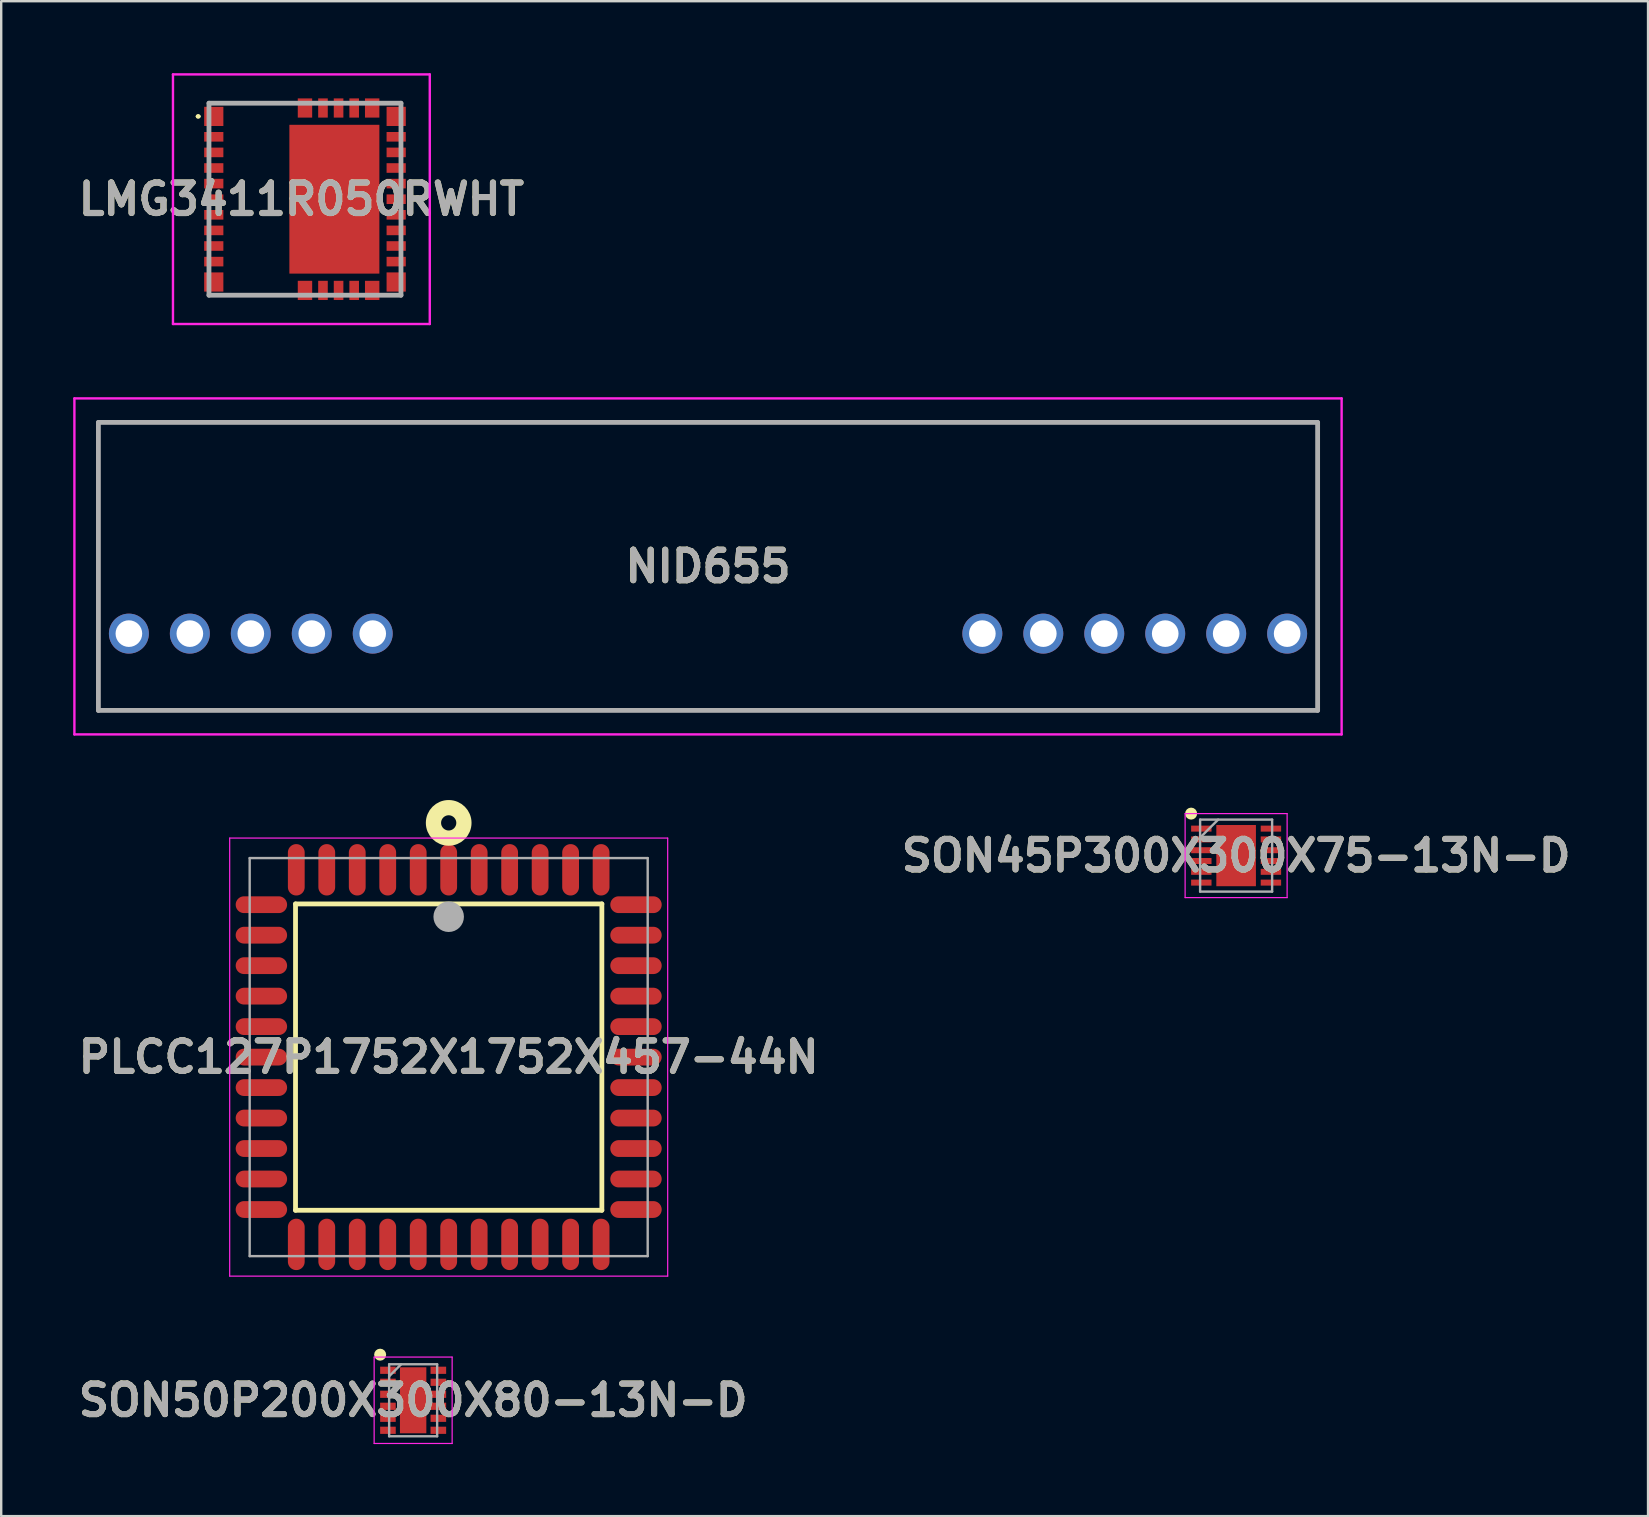
<source format=kicad_pcb>
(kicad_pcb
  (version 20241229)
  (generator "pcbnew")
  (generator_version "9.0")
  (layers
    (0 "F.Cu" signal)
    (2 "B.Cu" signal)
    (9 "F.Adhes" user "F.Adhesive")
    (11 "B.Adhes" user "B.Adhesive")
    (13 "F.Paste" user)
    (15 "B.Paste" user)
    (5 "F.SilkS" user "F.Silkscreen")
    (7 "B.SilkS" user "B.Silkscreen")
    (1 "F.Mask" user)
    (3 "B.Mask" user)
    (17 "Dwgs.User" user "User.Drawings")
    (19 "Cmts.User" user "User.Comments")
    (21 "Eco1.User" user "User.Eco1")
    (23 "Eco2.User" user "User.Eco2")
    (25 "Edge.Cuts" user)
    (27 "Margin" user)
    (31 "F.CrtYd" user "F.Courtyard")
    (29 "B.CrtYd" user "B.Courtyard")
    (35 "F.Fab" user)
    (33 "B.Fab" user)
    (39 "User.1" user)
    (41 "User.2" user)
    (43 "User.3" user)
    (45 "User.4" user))
  (footprint "SON50P200X300X80-13N-D"
    (layer "F.Cu")
    (at 14.164 55.294)
    (property "Reference" "SON50P200X300X80-13N-D" (at 0 0 0) (layer "F.SilkS") (effects (font (size 1.27 1.27) (thickness 0.254))))
    (attr smd)
    (fp_circle (center -1.375 -1.9) (end -1.375 -1.775) (stroke (width 0.25) (type solid)) (fill no) (layer "F.SilkS"))
    (fp_line (start -1.625 -1.8) (end 1.625 -1.8) (stroke (width 0.05) (type solid)) (layer "F.CrtYd"))
    (fp_line (start -1.625 1.8) (end -1.625 -1.8) (stroke (width 0.05) (type solid)) (layer "F.CrtYd"))
    (fp_line (start 1.625 -1.8) (end 1.625 1.8) (stroke (width 0.05) (type solid)) (layer "F.CrtYd"))
    (fp_line (start 1.625 1.8) (end -1.625 1.8) (stroke (width 0.05) (type solid)) (layer "F.CrtYd"))
    (fp_line (start -1 -1.5) (end 1 -1.5) (stroke (width 0.1) (type solid)) (layer "F.Fab"))
    (fp_line (start -1 -1) (end -0.5 -1.5) (stroke (width 0.1) (type solid)) (layer "F.Fab"))
    (fp_line (start -1 1.5) (end -1 -1.5) (stroke (width 0.1) (type solid)) (layer "F.Fab"))
    (fp_line (start 1 -1.5) (end 1 1.5) (stroke (width 0.1) (type solid)) (layer "F.Fab"))
    (fp_line (start 1 1.5) (end -1 1.5) (stroke (width 0.1) (type solid)) (layer "F.Fab"))
    (fp_text user "${REFERENCE}" (at 0 0 0) (layer "F.Fab") (effects (font (size 1.27 1.27) (thickness 0.254))))
    (pad "1" smd rect (at -1.05 -1.25 90) (size 0.3 0.65) (layers "F.Cu" "F.Mask" "F.Paste"))
    (pad "2" smd rect (at -1.05 -0.75 90) (size 0.3 0.65) (layers "F.Cu" "F.Mask" "F.Paste"))
    (pad "3" smd rect (at -1.05 -0.25 90) (size 0.3 0.65) (layers "F.Cu" "F.Mask" "F.Paste"))
    (pad "4" smd rect (at -1.05 0.25 90) (size 0.3 0.65) (layers "F.Cu" "F.Mask" "F.Paste"))
    (pad "5" smd rect (at -1.05 0.75 90) (size 0.3 0.65) (layers "F.Cu" "F.Mask" "F.Paste"))
    (pad "6" smd rect (at -1.05 1.25 90) (size 0.3 0.65) (layers "F.Cu" "F.Mask" "F.Paste"))
    (pad "7" smd rect (at 1.05 1.25 90) (size 0.3 0.65) (layers "F.Cu" "F.Mask" "F.Paste"))
    (pad "8" smd rect (at 1.05 0.75 90) (size 0.3 0.65) (layers "F.Cu" "F.Mask" "F.Paste"))
    (pad "9" smd rect (at 1.05 0.25 90) (size 0.3 0.65) (layers "F.Cu" "F.Mask" "F.Paste"))
    (pad "10" smd rect (at 1.05 -0.25 90) (size 0.3 0.65) (layers "F.Cu" "F.Mask" "F.Paste"))
    (pad "11" smd rect (at 1.05 -0.75 90) (size 0.3 0.65) (layers "F.Cu" "F.Mask" "F.Paste"))
    (pad "12" smd rect (at 1.05 -1.25 90) (size 0.3 0.65) (layers "F.Cu" "F.Mask" "F.Paste"))
    (pad "13" smd rect (at 0 0) (size 1.1 2.75) (layers "F.Cu" "F.Mask" "F.Paste")))
  (footprint "NID655"
    (layer "F.Cu")
    (at 2.32 23.35)
    (property "Reference" "NID655" (at 24.13 -2.8 0) (layer "F.SilkS") (effects (font (size 1.27 1.27) (thickness 0.254))))
    (attr through_hole)
    (fp_line (start -1.27 -8.8) (end 49.53 -8.8) (stroke (width 0.1) (type solid)) (layer "F.SilkS"))
    (fp_line (start -1.27 3.2) (end -1.27 -8.8) (stroke (width 0.1) (type solid)) (layer "F.SilkS"))
    (fp_line (start 49.53 -8.8) (end 49.53 3.2) (stroke (width 0.1) (type solid)) (layer "F.SilkS"))
    (fp_line (start 49.53 3.2) (end -1.27 3.2) (stroke (width 0.1) (type solid)) (layer "F.SilkS"))
    (fp_line (start -2.27 -9.8) (end 50.53 -9.8) (stroke (width 0.1) (type solid)) (layer "F.CrtYd"))
    (fp_line (start -2.27 4.2) (end -2.27 -9.8) (stroke (width 0.1) (type solid)) (layer "F.CrtYd"))
    (fp_line (start 50.53 -9.8) (end 50.53 4.2) (stroke (width 0.1) (type solid)) (layer "F.CrtYd"))
    (fp_line (start 50.53 4.2) (end -2.27 4.2) (stroke (width 0.1) (type solid)) (layer "F.CrtYd"))
    (fp_line (start -1.27 -8.8) (end 49.53 -8.8) (stroke (width 0.2) (type solid)) (layer "F.Fab"))
    (fp_line (start -1.27 3.2) (end -1.27 -8.8) (stroke (width 0.2) (type solid)) (layer "F.Fab"))
    (fp_line (start 49.53 -8.8) (end 49.53 3.2) (stroke (width 0.2) (type solid)) (layer "F.Fab"))
    (fp_line (start 49.53 3.2) (end -1.27 3.2) (stroke (width 0.2) (type solid)) (layer "F.Fab"))
    (fp_text user "${REFERENCE}" (at 24.13 -2.8 0) (layer "F.Fab") (effects (font (size 1.27 1.27) (thickness 0.254))))
    (pad "1" thru_hole circle (at 0 0) (size 1.665 1.665) (drill 1.11) (layers "*.Cu" "*.Mask"))
    (pad "2" thru_hole circle (at 2.54 0) (size 1.665 1.665) (drill 1.11) (layers "*.Cu" "*.Mask"))
    (pad "3" thru_hole circle (at 5.08 0) (size 1.665 1.665) (drill 1.11) (layers "*.Cu" "*.Mask"))
    (pad "4" thru_hole circle (at 7.62 0) (size 1.665 1.665) (drill 1.11) (layers "*.Cu" "*.Mask"))
    (pad "5" thru_hole circle (at 10.16 0) (size 1.665 1.665) (drill 1.11) (layers "*.Cu" "*.Mask"))
    (pad "6" thru_hole circle (at 35.56 0) (size 1.665 1.665) (drill 1.11) (layers "*.Cu" "*.Mask"))
    (pad "7" thru_hole circle (at 38.1 0) (size 1.665 1.665) (drill 1.11) (layers "*.Cu" "*.Mask"))
    (pad "8" thru_hole circle (at 40.64 0) (size 1.665 1.665) (drill 1.11) (layers "*.Cu" "*.Mask"))
    (pad "9" thru_hole circle (at 43.18 0) (size 1.665 1.665) (drill 1.11) (layers "*.Cu" "*.Mask"))
    (pad "10" thru_hole circle (at 45.72 0) (size 1.665 1.665) (drill 1.11) (layers "*.Cu" "*.Mask"))
    (pad "11" thru_hole circle (at 48.26 0) (size 1.665 1.665) (drill 1.11) (layers "*.Cu" "*.Mask")))
  (footprint "LMG3411R050RWHT"
    (layer "F.Cu")
    (at 9.657 5.25)
    (property "Reference" "LMG3411R050RWHT" (at -0.15 0 0) (layer "F.SilkS") (effects (font (size 1.27 1.27) (thickness 0.254))))
    (attr smd)
    (fp_line (start -4.5 -3.45) (end -4.5 -3.45) (stroke (width 0.1) (type solid)) (layer "F.SilkS"))
    (fp_line (start -4.4 -3.45) (end -4.4 -3.45) (stroke (width 0.1) (type solid)) (layer "F.SilkS"))
    (fp_line (start -0.6 -4) (end -3.2 -4) (stroke (width 0.1) (type solid)) (layer "F.SilkS"))
    (fp_line (start -0.6 4) (end -3 4) (stroke (width 0.1) (type solid)) (layer "F.SilkS"))
    (fp_arc (start -4.5 -3.45) (mid -4.45 -3.5) (end -4.4 -3.45) (stroke (width 0.1) (type solid)) (layer "F.SilkS"))
    (fp_arc (start -4.4 -3.45) (mid -4.45 -3.4) (end -4.5 -3.45) (stroke (width 0.1) (type solid)) (layer "F.SilkS"))
    (fp_line (start -5.5 -5.2) (end 5.2 -5.2) (stroke (width 0.1) (type solid)) (layer "F.CrtYd"))
    (fp_line (start -5.5 5.2) (end -5.5 -5.2) (stroke (width 0.1) (type solid)) (layer "F.CrtYd"))
    (fp_line (start 5.2 -5.2) (end 5.2 5.2) (stroke (width 0.1) (type solid)) (layer "F.CrtYd"))
    (fp_line (start 5.2 5.2) (end -5.5 5.2) (stroke (width 0.1) (type solid)) (layer "F.CrtYd"))
    (fp_line (start -4 -4) (end 4 -4) (stroke (width 0.2) (type solid)) (layer "F.Fab"))
    (fp_line (start -4 4) (end -4 -4) (stroke (width 0.2) (type solid)) (layer "F.Fab"))
    (fp_line (start 4 -4) (end 4 4) (stroke (width 0.2) (type solid)) (layer "F.Fab"))
    (fp_line (start 4 4) (end -4 4) (stroke (width 0.2) (type solid)) (layer "F.Fab"))
    (fp_text user "${REFERENCE}" (at -0.15 0 0) (layer "F.Fab") (effects (font (size 1.27 1.27) (thickness 0.254))))
    (pad "1" smd rect (at -3.8 -3.45 90) (size 0.8 0.8) (layers "F.Cu" "F.Mask" "F.Paste"))
    (pad "2" smd rect (at -3.8 -2.6 90) (size 0.4 0.8) (layers "F.Cu" "F.Mask" "F.Paste"))
    (pad "3" smd rect (at -3.8 -1.95 90) (size 0.4 0.8) (layers "F.Cu" "F.Mask" "F.Paste"))
    (pad "4" smd rect (at -3.8 -1.3 90) (size 0.4 0.8) (layers "F.Cu" "F.Mask" "F.Paste"))
    (pad "5" smd rect (at -3.8 -0.65 90) (size 0.4 0.8) (layers "F.Cu" "F.Mask" "F.Paste"))
    (pad "6" smd rect (at -3.8 0 90) (size 0.4 0.8) (layers "F.Cu" "F.Mask" "F.Paste"))
    (pad "7" smd rect (at -3.8 0.65 90) (size 0.4 0.8) (layers "F.Cu" "F.Mask" "F.Paste"))
    (pad "8" smd rect (at -3.8 1.3 90) (size 0.4 0.8) (layers "F.Cu" "F.Mask" "F.Paste"))
    (pad "9" smd rect (at -3.8 1.95 90) (size 0.4 0.8) (layers "F.Cu" "F.Mask" "F.Paste"))
    (pad "10" smd rect (at -3.8 2.6 90) (size 0.4 0.8) (layers "F.Cu" "F.Mask" "F.Paste"))
    (pad "11" smd rect (at -3.8 3.45 90) (size 0.8 0.8) (layers "F.Cu" "F.Mask" "F.Paste"))
    (pad "12" smd rect (at 0 3.8) (size 0.6 0.8) (layers "F.Cu" "F.Mask" "F.Paste"))
    (pad "13" smd rect (at 0.75 3.8) (size 0.4 0.8) (layers "F.Cu" "F.Mask" "F.Paste"))
    (pad "14" smd rect (at 1.4 3.8) (size 0.4 0.8) (layers "F.Cu" "F.Mask" "F.Paste"))
    (pad "15" smd rect (at 2.05 3.8) (size 0.4 0.8) (layers "F.Cu" "F.Mask" "F.Paste"))
    (pad "16" smd rect (at 2.8 3.8) (size 0.6 0.8) (layers "F.Cu" "F.Mask" "F.Paste"))
    (pad "17" smd rect (at 3.8 3.45 90) (size 0.8 0.8) (layers "F.Cu" "F.Mask" "F.Paste"))
    (pad "18" smd rect (at 3.8 2.6 90) (size 0.4 0.8) (layers "F.Cu" "F.Mask" "F.Paste"))
    (pad "19" smd rect (at 3.8 1.95 90) (size 0.4 0.8) (layers "F.Cu" "F.Mask" "F.Paste"))
    (pad "20" smd rect (at 3.8 1.3 90) (size 0.4 0.8) (layers "F.Cu" "F.Mask" "F.Paste"))
    (pad "21" smd rect (at 3.8 0.65 90) (size 0.4 0.8) (layers "F.Cu" "F.Mask" "F.Paste"))
    (pad "22" smd rect (at 3.8 0 90) (size 0.4 0.8) (layers "F.Cu" "F.Mask" "F.Paste"))
    (pad "23" smd rect (at 3.8 -0.65 90) (size 0.4 0.8) (layers "F.Cu" "F.Mask" "F.Paste"))
    (pad "24" smd rect (at 3.8 -1.3 90) (size 0.4 0.8) (layers "F.Cu" "F.Mask" "F.Paste"))
    (pad "25" smd rect (at 3.8 -1.95 90) (size 0.4 0.8) (layers "F.Cu" "F.Mask" "F.Paste"))
    (pad "26" smd rect (at 3.8 -2.6 90) (size 0.4 0.8) (layers "F.Cu" "F.Mask" "F.Paste"))
    (pad "27" smd rect (at 3.8 -3.45 90) (size 0.8 0.8) (layers "F.Cu" "F.Mask" "F.Paste"))
    (pad "28" smd rect (at 2.8 -3.8) (size 0.6 0.8) (layers "F.Cu" "F.Mask" "F.Paste"))
    (pad "29" smd rect (at 2.05 -3.8) (size 0.4 0.8) (layers "F.Cu" "F.Mask" "F.Paste"))
    (pad "30" smd rect (at 1.4 -3.8) (size 0.4 0.8) (layers "F.Cu" "F.Mask" "F.Paste"))
    (pad "31" smd rect (at 0.75 -3.8) (size 0.4 0.8) (layers "F.Cu" "F.Mask" "F.Paste"))
    (pad "32" smd rect (at 0 -3.8) (size 0.6 0.8) (layers "F.Cu" "F.Mask" "F.Paste"))
    (pad "33" smd rect (at 1.225 0) (size 3.75 6.2) (layers "F.Cu" "F.Mask" "F.Paste")))
  (footprint "PLCC127P1752X1752X457-44N"
    (layer "F.Cu")
    (at 15.645 40.995)
    (property "Reference" "PLCC127P1752X1752X457-44N" (at 0 0 0) (layer "F.SilkS") (effects (font (size 1.27 1.27) (thickness 0.254))))
    (attr smd)
    (fp_line (start -6.382 -6.382) (end 6.382 -6.382) (stroke (width 0.2) (type solid)) (layer "F.SilkS"))
    (fp_line (start -6.382 6.382) (end -6.382 -6.382) (stroke (width 0.2) (type solid)) (layer "F.SilkS"))
    (fp_line (start 6.382 -6.382) (end 6.382 6.382) (stroke (width 0.2) (type solid)) (layer "F.SilkS"))
    (fp_line (start 6.382 6.382) (end -6.382 6.382) (stroke (width 0.2) (type solid)) (layer "F.SilkS"))
    (fp_circle (center 0 -9.759) (end 0 -9.442) (stroke (width 0.635) (type solid)) (fill no) (layer "F.SilkS"))
    (fp_line (start -9.125 -9.125) (end 9.125 -9.125) (stroke (width 0.05) (type solid)) (layer "F.CrtYd"))
    (fp_line (start -9.125 9.125) (end -9.125 -9.125) (stroke (width 0.05) (type solid)) (layer "F.CrtYd"))
    (fp_line (start 9.125 -9.125) (end 9.125 9.125) (stroke (width 0.05) (type solid)) (layer "F.CrtYd"))
    (fp_line (start 9.125 9.125) (end -9.125 9.125) (stroke (width 0.05) (type solid)) (layer "F.CrtYd"))
    (fp_line (start -8.292 -8.292) (end 8.292 -8.292) (stroke (width 0.1) (type solid)) (layer "F.Fab"))
    (fp_line (start -8.292 8.292) (end -8.292 -8.292) (stroke (width 0.1) (type solid)) (layer "F.Fab"))
    (fp_line (start 8.292 -8.292) (end 8.292 8.292) (stroke (width 0.1) (type solid)) (layer "F.Fab"))
    (fp_line (start 8.292 8.292) (end -8.292 8.292) (stroke (width 0.1) (type solid)) (layer "F.Fab"))
    (fp_circle (center 0 -5.848) (end 0 -5.53) (stroke (width 0.635) (type solid)) (fill no) (layer "F.Fab"))
    (fp_text user "${REFERENCE}" (at 0 0 0) (layer "F.Fab") (effects (font (size 1.27 1.27) (thickness 0.254))))
    (pad "1" smd oval (at 0 -7.804) (size 0.7 2.142) (layers "F.Cu" "F.Mask" "F.Paste"))
    (pad "2" smd oval (at -1.27 -7.804) (size 0.7 2.142) (layers "F.Cu" "F.Mask" "F.Paste"))
    (pad "3" smd oval (at -2.54 -7.804) (size 0.7 2.142) (layers "F.Cu" "F.Mask" "F.Paste"))
    (pad "4" smd oval (at -3.81 -7.804) (size 0.7 2.142) (layers "F.Cu" "F.Mask" "F.Paste"))
    (pad "5" smd oval (at -5.08 -7.804) (size 0.7 2.142) (layers "F.Cu" "F.Mask" "F.Paste"))
    (pad "6" smd oval (at -6.35 -7.804) (size 0.7 2.142) (layers "F.Cu" "F.Mask" "F.Paste"))
    (pad "7" smd oval (at -7.804 -6.35 90) (size 0.7 2.142) (layers "F.Cu" "F.Mask" "F.Paste"))
    (pad "8" smd oval (at -7.804 -5.08 90) (size 0.7 2.142) (layers "F.Cu" "F.Mask" "F.Paste"))
    (pad "9" smd oval (at -7.804 -3.81 90) (size 0.7 2.142) (layers "F.Cu" "F.Mask" "F.Paste"))
    (pad "10" smd oval (at -7.804 -2.54 90) (size 0.7 2.142) (layers "F.Cu" "F.Mask" "F.Paste"))
    (pad "11" smd oval (at -7.804 -1.27 90) (size 0.7 2.142) (layers "F.Cu" "F.Mask" "F.Paste"))
    (pad "12" smd oval (at -7.804 0 90) (size 0.7 2.142) (layers "F.Cu" "F.Mask" "F.Paste"))
    (pad "13" smd oval (at -7.804 1.27 90) (size 0.7 2.142) (layers "F.Cu" "F.Mask" "F.Paste"))
    (pad "14" smd oval (at -7.804 2.54 90) (size 0.7 2.142) (layers "F.Cu" "F.Mask" "F.Paste"))
    (pad "15" smd oval (at -7.804 3.81 90) (size 0.7 2.142) (layers "F.Cu" "F.Mask" "F.Paste"))
    (pad "16" smd oval (at -7.804 5.08 90) (size 0.7 2.142) (layers "F.Cu" "F.Mask" "F.Paste"))
    (pad "17" smd oval (at -7.804 6.35 90) (size 0.7 2.142) (layers "F.Cu" "F.Mask" "F.Paste"))
    (pad "18" smd oval (at -6.35 7.804) (size 0.7 2.142) (layers "F.Cu" "F.Mask" "F.Paste"))
    (pad "19" smd oval (at -5.08 7.804) (size 0.7 2.142) (layers "F.Cu" "F.Mask" "F.Paste"))
    (pad "20" smd oval (at -3.81 7.804) (size 0.7 2.142) (layers "F.Cu" "F.Mask" "F.Paste"))
    (pad "21" smd oval (at -2.54 7.804) (size 0.7 2.142) (layers "F.Cu" "F.Mask" "F.Paste"))
    (pad "22" smd oval (at -1.27 7.804) (size 0.7 2.142) (layers "F.Cu" "F.Mask" "F.Paste"))
    (pad "23" smd oval (at 0 7.804) (size 0.7 2.142) (layers "F.Cu" "F.Mask" "F.Paste"))
    (pad "24" smd oval (at 1.27 7.804) (size 0.7 2.142) (layers "F.Cu" "F.Mask" "F.Paste"))
    (pad "25" smd oval (at 2.54 7.804) (size 0.7 2.142) (layers "F.Cu" "F.Mask" "F.Paste"))
    (pad "26" smd oval (at 3.81 7.804) (size 0.7 2.142) (layers "F.Cu" "F.Mask" "F.Paste"))
    (pad "27" smd oval (at 5.08 7.804) (size 0.7 2.142) (layers "F.Cu" "F.Mask" "F.Paste"))
    (pad "28" smd oval (at 6.35 7.804) (size 0.7 2.142) (layers "F.Cu" "F.Mask" "F.Paste"))
    (pad "29" smd oval (at 7.804 6.35 90) (size 0.7 2.142) (layers "F.Cu" "F.Mask" "F.Paste"))
    (pad "30" smd oval (at 7.804 5.08 90) (size 0.7 2.142) (layers "F.Cu" "F.Mask" "F.Paste"))
    (pad "31" smd oval (at 7.804 3.81 90) (size 0.7 2.142) (layers "F.Cu" "F.Mask" "F.Paste"))
    (pad "32" smd oval (at 7.804 2.54 90) (size 0.7 2.142) (layers "F.Cu" "F.Mask" "F.Paste"))
    (pad "33" smd oval (at 7.804 1.27 90) (size 0.7 2.142) (layers "F.Cu" "F.Mask" "F.Paste"))
    (pad "34" smd oval (at 7.804 0 90) (size 0.7 2.142) (layers "F.Cu" "F.Mask" "F.Paste"))
    (pad "35" smd oval (at 7.804 -1.27 90) (size 0.7 2.142) (layers "F.Cu" "F.Mask" "F.Paste"))
    (pad "36" smd oval (at 7.804 -2.54 90) (size 0.7 2.142) (layers "F.Cu" "F.Mask" "F.Paste"))
    (pad "37" smd oval (at 7.804 -3.81 90) (size 0.7 2.142) (layers "F.Cu" "F.Mask" "F.Paste"))
    (pad "38" smd oval (at 7.804 -5.08 90) (size 0.7 2.142) (layers "F.Cu" "F.Mask" "F.Paste"))
    (pad "39" smd oval (at 7.804 -6.35 90) (size 0.7 2.142) (layers "F.Cu" "F.Mask" "F.Paste"))
    (pad "40" smd oval (at 6.35 -7.804) (size 0.7 2.142) (layers "F.Cu" "F.Mask" "F.Paste"))
    (pad "41" smd oval (at 5.08 -7.804) (size 0.7 2.142) (layers "F.Cu" "F.Mask" "F.Paste"))
    (pad "42" smd oval (at 3.81 -7.804) (size 0.7 2.142) (layers "F.Cu" "F.Mask" "F.Paste"))
    (pad "43" smd oval (at 2.54 -7.804) (size 0.7 2.142) (layers "F.Cu" "F.Mask" "F.Paste"))
    (pad "44" smd oval (at 1.27 -7.804) (size 0.7 2.142) (layers "F.Cu" "F.Mask" "F.Paste")))
  (footprint "SON45P300X300X75-13N-D"
    (layer "F.Cu")
    (at 48.454 32.6)
    (property "Reference" "SON45P300X300X75-13N-D" (at 0 0 0) (layer "F.SilkS") (effects (font (size 1.27 1.27) (thickness 0.254))))
    (attr smd)
    (fp_circle (center -1.875 -1.75) (end -1.875 -1.625) (stroke (width 0.25) (type solid)) (fill no) (layer "F.SilkS"))
    (fp_line (start -2.125 -1.75) (end 2.125 -1.75) (stroke (width 0.05) (type solid)) (layer "F.CrtYd"))
    (fp_line (start -2.125 1.75) (end -2.125 -1.75) (stroke (width 0.05) (type solid)) (layer "F.CrtYd"))
    (fp_line (start 2.125 -1.75) (end 2.125 1.75) (stroke (width 0.05) (type solid)) (layer "F.CrtYd"))
    (fp_line (start 2.125 1.75) (end -2.125 1.75) (stroke (width 0.05) (type solid)) (layer "F.CrtYd"))
    (fp_line (start -1.5 -1.5) (end 1.5 -1.5) (stroke (width 0.1) (type solid)) (layer "F.Fab"))
    (fp_line (start -1.5 -0.75) (end -0.75 -1.5) (stroke (width 0.1) (type solid)) (layer "F.Fab"))
    (fp_line (start -1.5 1.5) (end -1.5 -1.5) (stroke (width 0.1) (type solid)) (layer "F.Fab"))
    (fp_line (start 1.5 -1.5) (end 1.5 1.5) (stroke (width 0.1) (type solid)) (layer "F.Fab"))
    (fp_line (start 1.5 1.5) (end -1.5 1.5) (stroke (width 0.1) (type solid)) (layer "F.Fab"))
    (fp_text user "${REFERENCE}" (at 0 0 0) (layer "F.Fab") (effects (font (size 1.27 1.27) (thickness 0.254))))
    (pad "1" smd rect (at -1.45 -1.125 90) (size 0.25 0.85) (layers "F.Cu" "F.Mask" "F.Paste"))
    (pad "2" smd rect (at -1.45 -0.675 90) (size 0.25 0.85) (layers "F.Cu" "F.Mask" "F.Paste"))
    (pad "3" smd rect (at -1.45 -0.225 90) (size 0.25 0.85) (layers "F.Cu" "F.Mask" "F.Paste"))
    (pad "4" smd rect (at -1.45 0.225 90) (size 0.25 0.85) (layers "F.Cu" "F.Mask" "F.Paste"))
    (pad "5" smd rect (at -1.45 0.675 90) (size 0.25 0.85) (layers "F.Cu" "F.Mask" "F.Paste"))
    (pad "6" smd rect (at -1.45 1.125 90) (size 0.25 0.85) (layers "F.Cu" "F.Mask" "F.Paste"))
    (pad "7" smd rect (at 1.45 1.125 90) (size 0.25 0.85) (layers "F.Cu" "F.Mask" "F.Paste"))
    (pad "8" smd rect (at 1.45 0.675 90) (size 0.25 0.85) (layers "F.Cu" "F.Mask" "F.Paste"))
    (pad "9" smd rect (at 1.45 0.225 90) (size 0.25 0.85) (layers "F.Cu" "F.Mask" "F.Paste"))
    (pad "10" smd rect (at 1.45 -0.225 90) (size 0.25 0.85) (layers "F.Cu" "F.Mask" "F.Paste"))
    (pad "11" smd rect (at 1.45 -0.675 90) (size 0.25 0.85) (layers "F.Cu" "F.Mask" "F.Paste"))
    (pad "12" smd rect (at 1.45 -1.125 90) (size 0.25 0.85) (layers "F.Cu" "F.Mask" "F.Paste"))
    (pad "13" smd rect (at 0 0) (size 1.65 2.55) (layers "F.Cu" "F.Mask" "F.Paste")))
  (gr_rect
    (start -3 -3)
    (end 65.617 60.12)
    (stroke (width 0.1) (type default))
    (fill no)
    (layer "Edge.Cuts")))
</source>
